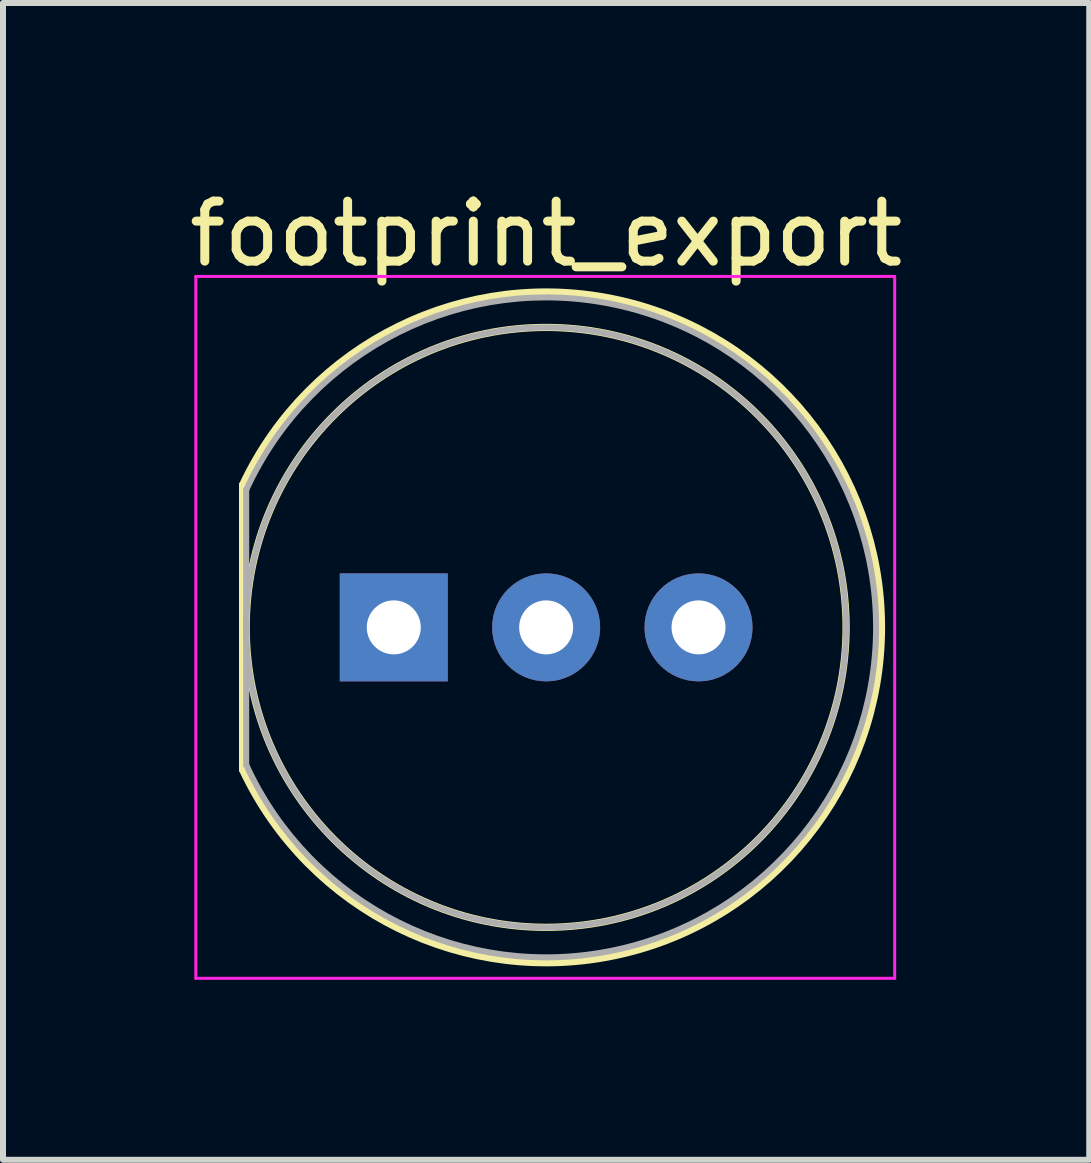
<source format=kicad_pcb>
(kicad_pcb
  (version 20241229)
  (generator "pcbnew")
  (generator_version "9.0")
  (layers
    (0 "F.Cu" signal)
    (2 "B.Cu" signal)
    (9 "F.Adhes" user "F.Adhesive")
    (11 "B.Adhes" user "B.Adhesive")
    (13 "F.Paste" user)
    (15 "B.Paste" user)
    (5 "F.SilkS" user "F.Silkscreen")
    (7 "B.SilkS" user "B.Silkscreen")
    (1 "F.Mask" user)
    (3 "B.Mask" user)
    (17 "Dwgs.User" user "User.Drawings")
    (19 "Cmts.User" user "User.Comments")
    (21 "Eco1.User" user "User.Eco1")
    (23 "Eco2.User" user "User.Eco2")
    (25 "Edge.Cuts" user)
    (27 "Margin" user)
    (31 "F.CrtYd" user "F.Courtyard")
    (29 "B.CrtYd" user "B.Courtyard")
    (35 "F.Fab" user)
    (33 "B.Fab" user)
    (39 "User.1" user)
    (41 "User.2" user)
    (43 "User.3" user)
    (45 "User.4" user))
  (footprint "footprint_export"
    (layer "F.Cu")
    (at 3.514 7.408)
    (property "Reference" "footprint_export" (at 2.54 -6.56 0) (layer "F.SilkS") (effects (font (size 1 1) (thickness 0.15))))
    (attr through_hole)
    (fp_line (start -2.52 -2.376) (end -2.52 2.376) (stroke (width 0.12) (type solid)) (layer "F.SilkS"))
    (fp_arc (start -2.52 -2.375816) (mid 3.754794 -5.456407) (end 8.129998 -0.004741) (stroke (width 0.12) (type solid)) (layer "F.SilkS"))
    (fp_arc (start 8.129998 0.004741) (mid 3.754794 5.456407) (end -2.52 2.375816) (stroke (width 0.12) (type solid)) (layer "F.SilkS"))
    (fp_circle (center 2.54 0) (end 7.54 0) (stroke (width 0.12) (type solid)) (fill no) (layer "F.SilkS"))
    (fp_line (start -3.3 -5.85) (end -3.3 5.85) (stroke (width 0.05) (type solid)) (layer "F.CrtYd"))
    (fp_line (start -3.3 5.85) (end 8.35 5.85) (stroke (width 0.05) (type solid)) (layer "F.CrtYd"))
    (fp_line (start 8.35 -5.85) (end -3.3 -5.85) (stroke (width 0.05) (type solid)) (layer "F.CrtYd"))
    (fp_line (start 8.35 5.85) (end 8.35 -5.85) (stroke (width 0.05) (type solid)) (layer "F.CrtYd"))
    (fp_line (start -2.46 -2.291) (end -2.46 2.291) (stroke (width 0.1) (type solid)) (layer "F.Fab"))
    (fp_arc (start -2.46 -2.291288) (mid 8.04 0.001918) (end -2.461597 2.2878) (stroke (width 0.1) (type solid)) (layer "F.Fab"))
    (fp_circle (center 2.54 0) (end 7.54 0) (stroke (width 0.1) (type solid)) (fill no) (layer "F.Fab"))
    (pad "1" thru_hole rect (at 0 0) (size 1.8 1.8) (drill 0.9) (layers "*.Cu" "*.Mask"))
    (pad "2" thru_hole circle (at 2.54 0) (size 1.8 1.8) (drill 0.9) (layers "*.Cu" "*.Mask"))
    (pad "3" thru_hole circle (at 5.08 0) (size 1.8 1.8) (drill 0.9) (layers "*.Cu" "*.Mask")))
  (gr_rect
    (start -3 -3)
    (end 15.107 16.283)
    (stroke (width 0.1) (type default))
    (fill no)
    (layer "Edge.Cuts")))
</source>
